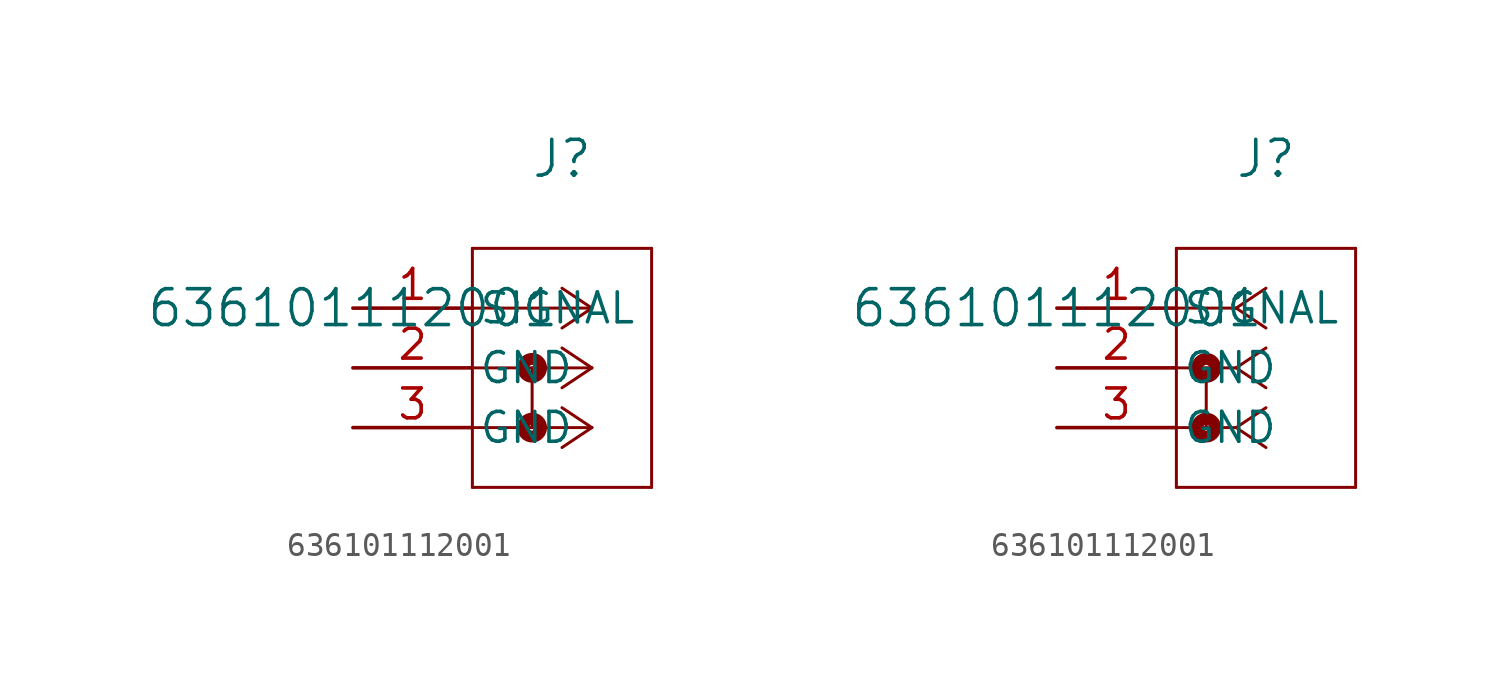
<source format=kicad_sym>
(kicad_symbol_lib
  (version 20211014)
  (generator kicad_symbol_editor)
  (symbol "636101112001"
    (pin_names
      (offset 0.254))
    (property "Reference" "J"
      (at 8.89 6.35 0)
      (effects (font (size 1.524 1.524))))
    (property "Value" "636101112001"
      (at 0 0 0)
      (effects (font (size 1.524 1.524))))
    (symbol "636101112001_1_1"
      (polyline (pts (xy 10.16 0) (xy 5.08 0)) (stroke (width 0.127) (type default) (color 0 0 0 0)) (fill (type none)))
      (polyline (pts (xy 10.16 -2.54) (xy 5.08 -2.54)) (stroke (width 0.127) (type default) (color 0 0 0 0)) (fill (type none)))
      (polyline (pts (xy 10.16 -5.08) (xy 5.08 -5.08)) (stroke (width 0.127) (type default) (color 0 0 0 0)) (fill (type none)))
      (polyline (pts (xy 10.16 0) (xy 8.89 0.847)) (stroke (width 0.127) (type default) (color 0 0 0 0)) (fill (type none)))
      (polyline (pts (xy 10.16 -2.54) (xy 8.89 -1.693)) (stroke (width 0.127) (type default) (color 0 0 0 0)) (fill (type none)))
      (polyline (pts (xy 10.16 -5.08) (xy 8.89 -4.233)) (stroke (width 0.127) (type default) (color 0 0 0 0)) (fill (type none)))
      (polyline (pts (xy 10.16 0) (xy 8.89 -0.847)) (stroke (width 0.127) (type default) (color 0 0 0 0)) (fill (type none)))
      (polyline (pts (xy 10.16 -2.54) (xy 8.89 -3.387)) (stroke (width 0.127) (type default) (color 0 0 0 0)) (fill (type none)))
      (polyline (pts (xy 10.16 -5.08) (xy 8.89 -5.927)) (stroke (width 0.127) (type default) (color 0 0 0 0)) (fill (type none)))
      (polyline (pts (xy 5.08 2.54) (xy 5.08 -7.62)) (stroke (width 0.127) (type default) (color 0 0 0 0)) (fill (type none)))
      (polyline (pts (xy 5.08 -7.62) (xy 12.7 -7.62)) (stroke (width 0.127) (type default) (color 0 0 0 0)) (fill (type none)))
      (polyline (pts (xy 12.7 -7.62) (xy 12.7 2.54)) (stroke (width 0.127) (type default) (color 0 0 0 0)) (fill (type none)))
      (polyline (pts (xy 12.7 2.54) (xy 5.08 2.54)) (stroke (width 0.127) (type default) (color 0 0 0 0)) (fill (type none)))
      (circle (center 7.62 -2.54) (radius 0.127) (stroke (width 0.508) (type default) (color 0 0 0 0)) (fill (type none)))
      (polyline (pts (xy 7.62 -2.54) (xy 7.62 -5.08)) (stroke (width 0.127) (type default) (color 0 0 0 0)) (fill (type none)))
      (circle (center 7.62 -5.08) (radius 0.127) (stroke (width 0.508) (type default) (color 0 0 0 0)) (fill (type none)))
      (pin unspecified line (at 0 0 0) (length 5.08) (name "SIGNAL" (effects (font (size 1.27 1.27)))) (number "1" (effects (font (size 1.27 1.27)))))
      (pin unspecified line (at 0 -2.54 0) (length 5.08) (name "GND" (effects (font (size 1.27 1.27)))) (number "2" (effects (font (size 1.27 1.27)))))
      (pin unspecified line (at 0 -5.08 0) (length 5.08) (name "GND" (effects (font (size 1.27 1.27)))) (number "3" (effects (font (size 1.27 1.27))))))
    (symbol "636101112001_1_2"
      (polyline (pts (xy 7.62 0) (xy 5.08 0)) (stroke (width 0.127) (type default) (color 0 0 0 0)) (fill (type none)))
      (polyline (pts (xy 7.62 -2.54) (xy 5.08 -2.54)) (stroke (width 0.127) (type default) (color 0 0 0 0)) (fill (type none)))
      (polyline (pts (xy 7.62 -5.08) (xy 5.08 -5.08)) (stroke (width 0.127) (type default) (color 0 0 0 0)) (fill (type none)))
      (polyline (pts (xy 7.62 0) (xy 8.89 0.847)) (stroke (width 0.127) (type default) (color 0 0 0 0)) (fill (type none)))
      (polyline (pts (xy 7.62 -2.54) (xy 8.89 -1.693)) (stroke (width 0.127) (type default) (color 0 0 0 0)) (fill (type none)))
      (polyline (pts (xy 7.62 -5.08) (xy 8.89 -4.233)) (stroke (width 0.127) (type default) (color 0 0 0 0)) (fill (type none)))
      (polyline (pts (xy 7.62 0) (xy 8.89 -0.847)) (stroke (width 0.127) (type default) (color 0 0 0 0)) (fill (type none)))
      (polyline (pts (xy 7.62 -2.54) (xy 8.89 -3.387)) (stroke (width 0.127) (type default) (color 0 0 0 0)) (fill (type none)))
      (polyline (pts (xy 7.62 -5.08) (xy 8.89 -5.927)) (stroke (width 0.127) (type default) (color 0 0 0 0)) (fill (type none)))
      (polyline (pts (xy 5.08 2.54) (xy 5.08 -7.62)) (stroke (width 0.127) (type default) (color 0 0 0 0)) (fill (type none)))
      (polyline (pts (xy 5.08 -7.62) (xy 12.7 -7.62)) (stroke (width 0.127) (type default) (color 0 0 0 0)) (fill (type none)))
      (polyline (pts (xy 12.7 -7.62) (xy 12.7 2.54)) (stroke (width 0.127) (type default) (color 0 0 0 0)) (fill (type none)))
      (polyline (pts (xy 12.7 2.54) (xy 5.08 2.54)) (stroke (width 0.127) (type default) (color 0 0 0 0)) (fill (type none)))
      (circle (center 6.35 -2.54) (radius 0.127) (stroke (width 0.508) (type default) (color 0 0 0 0)) (fill (type none)))
      (polyline (pts (xy 6.35 -2.54) (xy 6.35 -5.08)) (stroke (width 0.127) (type default) (color 0 0 0 0)) (fill (type none)))
      (circle (center 6.35 -5.08) (radius 0.127) (stroke (width 0.508) (type default) (color 0 0 0 0)) (fill (type none)))
      (pin unspecified line (at 0 0 0) (length 5.08) (name "SIGNAL" (effects (font (size 1.27 1.27)))) (number "1" (effects (font (size 1.27 1.27)))))
      (pin unspecified line (at 0 -2.54 0) (length 5.08) (name "GND" (effects (font (size 1.27 1.27)))) (number "2" (effects (font (size 1.27 1.27)))))
      (pin unspecified line (at 0 -5.08 0) (length 5.08) (name "GND" (effects (font (size 1.27 1.27)))) (number "3" (effects (font (size 1.27 1.27))))))))
</source>
